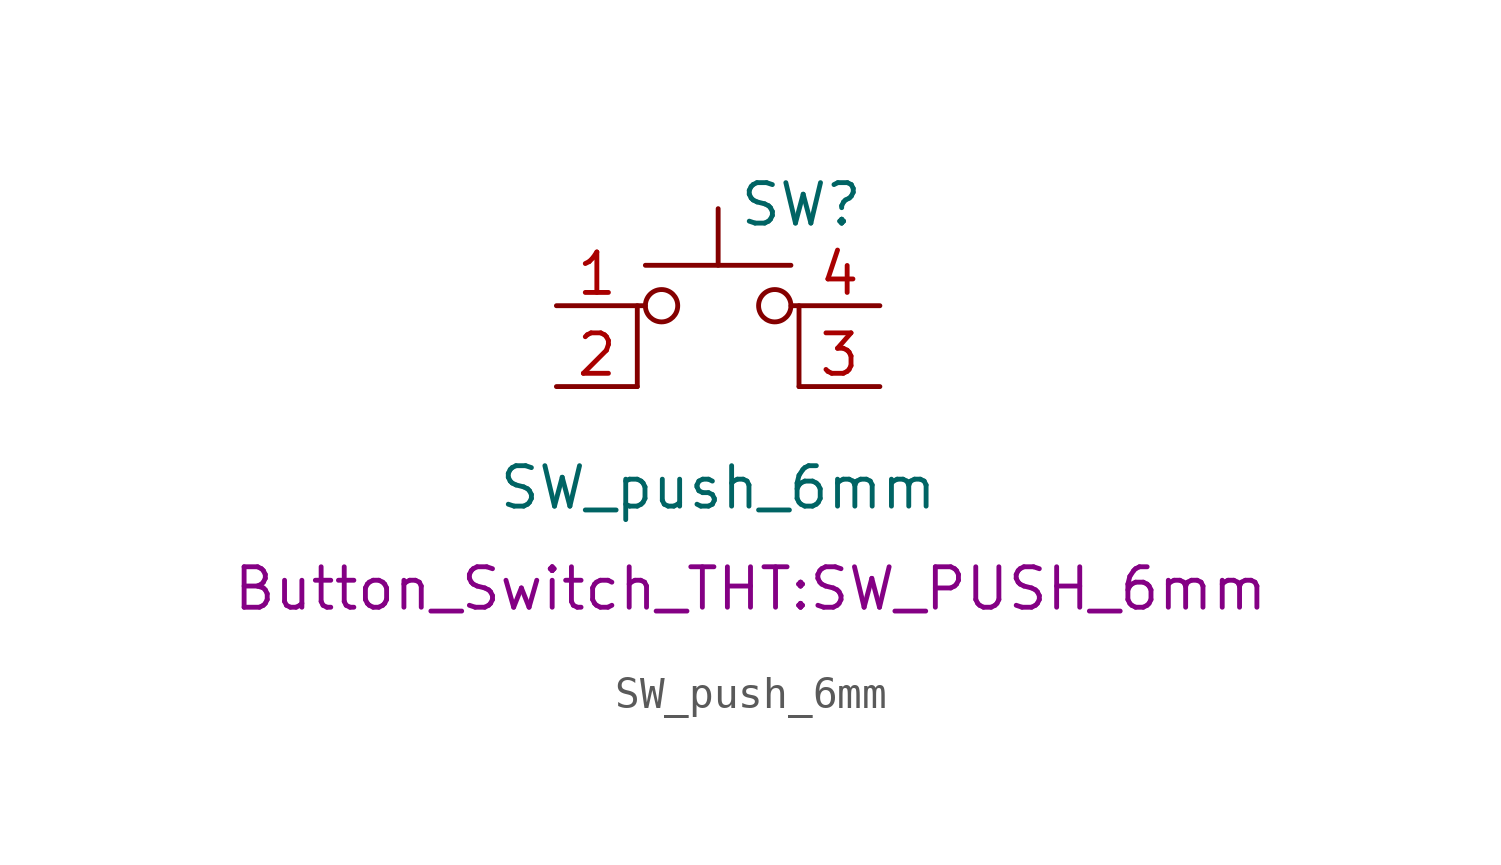
<source format=kicad_sym>
(kicad_symbol_lib
  (version 20231120)
  (generator "kicad_symbol_editor")
  (generator_version "8.0")
  (symbol "SW_push_6mm"
    (pin_names
      (offset 1.016) hide)
    (property "Reference" "SW"
      (at 0.635 5.715 0)
      (effects (font (size 1.27 1.27)) (justify left)))
    (property "Value" "SW_push_6mm"
      (at 0 -3.175 0)
      (effects (font (size 1.27 1.27))))
    (property "Footprint" "Button_Switch_THT:SW_PUSH_6mm"
      (at 1.016 -6.35 0)
      (effects (font (size 1.27 1.27))))
    (symbol "SW_push_6mm_0_1"
      (circle (center -1.778 2.54) (radius 0.508) (stroke (width 0) (type default)) (fill (type none)))
      (polyline (pts (xy -2.286 3.81) (xy 2.286 3.81)) (stroke (width 0) (type default)) (fill (type none)))
      (polyline (pts (xy 0 3.81) (xy 0 5.588)) (stroke (width 0) (type default)) (fill (type none)))
      (polyline (pts (xy -2.54 0) (xy -2.54 2.54) (xy -2.286 2.54)) (stroke (width 0) (type default)) (fill (type none)))
      (polyline (pts (xy 2.54 0) (xy 2.54 2.54) (xy 2.286 2.54)) (stroke (width 0) (type default)) (fill (type none)))
      (circle (center 1.778 2.54) (radius 0.508) (stroke (width 0) (type default)) (fill (type none)))
      (pin passive line (at -5.08 2.54 0) (length 2.54) (name "1" (effects (font (size 1.27 1.27)))) (number "1" (effects (font (size 1.27 1.27)))))
      (pin passive line (at -5.08 0 0) (length 2.54) (name "2" (effects (font (size 1.27 1.27)))) (number "2" (effects (font (size 1.27 1.27)))))
      (pin passive line (at 5.08 0 180) (length 2.54) (name "K" (effects (font (size 1.27 1.27)))) (number "3" (effects (font (size 1.27 1.27)))))
      (pin passive line (at 5.08 2.54 180) (length 2.54) (name "A" (effects (font (size 1.27 1.27)))) (number "4" (effects (font (size 1.27 1.27))))))))
</source>
